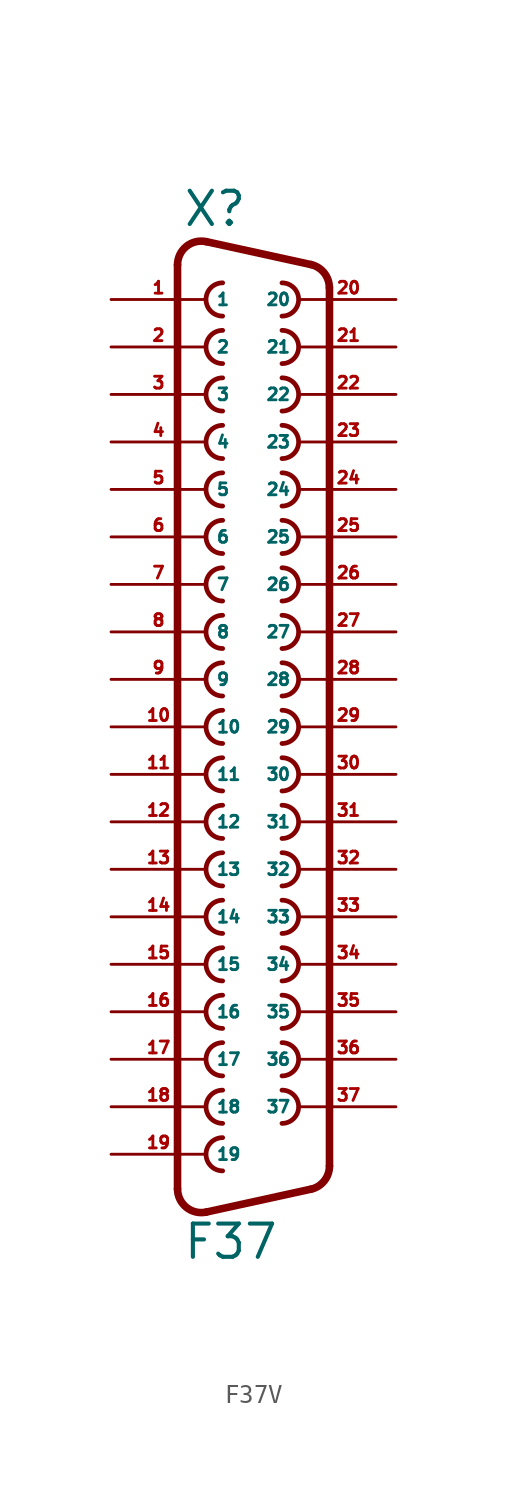
<source format=kicad_sym>
(kicad_symbol_lib
  (version 20220914)
  (generator Eagle2Kicad)
  (symbol "F37V"
    (property "Reference" "X"
      (at -3.81 26.67 0)
      (effects (font (size 1.778 1.778) (thickness 0.22)) (justify left bottom)))
    (property "Value" "F37"
      (at -3.81 -28.575 0)
      (effects (font (size 1.778 1.778) (thickness 0.22)) (justify left bottom)))
    (arc
      (start -1.651 23.749)
      (mid -2.540 22.860)
      (end -1.651 21.971)
      (stroke (width 0.254) (type default))
      (fill (type none)))
    (arc
      (start 1.524 21.971)
      (mid 2.413 22.860)
      (end 1.524 23.749)
      (stroke (width 0.254) (type default))
      (fill (type none)))
    (arc
      (start -1.651 21.209)
      (mid -2.540 20.320)
      (end -1.651 19.431)
      (stroke (width 0.254) (type default))
      (fill (type none)))
    (arc
      (start 1.524 19.431)
      (mid 2.413 20.320)
      (end 1.524 21.209)
      (stroke (width 0.254) (type default))
      (fill (type none)))
    (arc
      (start -1.651 18.669)
      (mid -2.540 17.780)
      (end -1.651 16.891)
      (stroke (width 0.254) (type default))
      (fill (type none)))
    (arc
      (start 1.524 16.891)
      (mid 2.413 17.780)
      (end 1.524 18.669)
      (stroke (width 0.254) (type default))
      (fill (type none)))
    (arc
      (start -1.651 16.129)
      (mid -2.540 15.240)
      (end -1.651 14.351)
      (stroke (width 0.254) (type default))
      (fill (type none)))
    (arc
      (start 1.524 14.351)
      (mid 2.413 15.240)
      (end 1.524 16.129)
      (stroke (width 0.254) (type default))
      (fill (type none)))
    (arc
      (start -1.651 13.589)
      (mid -2.540 12.700)
      (end -1.651 11.811)
      (stroke (width 0.254) (type default))
      (fill (type none)))
    (arc
      (start 1.524 11.811)
      (mid 2.413 12.700)
      (end 1.524 13.589)
      (stroke (width 0.254) (type default))
      (fill (type none)))
    (arc
      (start -1.651 11.049)
      (mid -2.540 10.160)
      (end -1.651 9.271)
      (stroke (width 0.254) (type default))
      (fill (type none)))
    (arc
      (start 1.524 9.271)
      (mid 2.413 10.160)
      (end 1.524 11.049)
      (stroke (width 0.254) (type default))
      (fill (type none)))
    (arc
      (start -1.651 8.509)
      (mid -2.540 7.620)
      (end -1.651 6.731)
      (stroke (width 0.254) (type default))
      (fill (type none)))
    (arc
      (start 1.524 6.731)
      (mid 2.413 7.620)
      (end 1.524 8.509)
      (stroke (width 0.254) (type default))
      (fill (type none)))
    (arc
      (start -1.651 5.969)
      (mid -2.540 5.080)
      (end -1.651 4.191)
      (stroke (width 0.254) (type default))
      (fill (type none)))
    (arc
      (start 1.524 4.191)
      (mid 2.413 5.080)
      (end 1.524 5.969)
      (stroke (width 0.254) (type default))
      (fill (type none)))
    (arc
      (start -1.651 3.429)
      (mid -2.540 2.540)
      (end -1.651 1.651)
      (stroke (width 0.254) (type default))
      (fill (type none)))
    (arc
      (start 1.524 1.651)
      (mid 2.413 2.540)
      (end 1.524 3.429)
      (stroke (width 0.254) (type default))
      (fill (type none)))
    (arc
      (start -1.651 0.889)
      (mid -2.540 0.000)
      (end -1.651 -0.889)
      (stroke (width 0.254) (type default))
      (fill (type none)))
    (arc
      (start 1.524 -0.889)
      (mid 2.413 0.000)
      (end 1.524 0.889)
      (stroke (width 0.254) (type default))
      (fill (type none)))
    (arc
      (start -1.651 -1.651)
      (mid -2.540 -2.540)
      (end -1.651 -3.429)
      (stroke (width 0.254) (type default))
      (fill (type none)))
    (arc
      (start 1.524 -3.429)
      (mid 2.413 -2.540)
      (end 1.524 -1.651)
      (stroke (width 0.254) (type default))
      (fill (type none)))
    (arc
      (start -1.651 -4.191)
      (mid -2.540 -5.080)
      (end -1.651 -5.969)
      (stroke (width 0.254) (type default))
      (fill (type none)))
    (arc
      (start 1.524 -5.969)
      (mid 2.413 -5.080)
      (end 1.524 -4.191)
      (stroke (width 0.254) (type default))
      (fill (type none)))
    (arc
      (start -1.651 -6.731)
      (mid -2.540 -7.620)
      (end -1.651 -8.509)
      (stroke (width 0.254) (type default))
      (fill (type none)))
    (arc
      (start 1.524 -8.509)
      (mid 2.413 -7.620)
      (end 1.524 -6.731)
      (stroke (width 0.254) (type default))
      (fill (type none)))
    (arc
      (start -1.651 -9.271)
      (mid -2.540 -10.160)
      (end -1.651 -11.049)
      (stroke (width 0.254) (type default))
      (fill (type none)))
    (arc
      (start 1.524 -11.049)
      (mid 2.413 -10.160)
      (end 1.524 -9.271)
      (stroke (width 0.254) (type default))
      (fill (type none)))
    (arc
      (start -1.651 -11.811)
      (mid -2.540 -12.700)
      (end -1.651 -13.589)
      (stroke (width 0.254) (type default))
      (fill (type none)))
    (arc
      (start 1.524 -13.589)
      (mid 2.413 -12.700)
      (end 1.524 -11.811)
      (stroke (width 0.254) (type default))
      (fill (type none)))
    (arc
      (start -1.651 -14.351)
      (mid -2.540 -15.240)
      (end -1.651 -16.129)
      (stroke (width 0.254) (type default))
      (fill (type none)))
    (arc
      (start 1.524 -16.129)
      (mid 2.413 -15.240)
      (end 1.524 -14.351)
      (stroke (width 0.254) (type default))
      (fill (type none)))
    (arc
      (start -1.651 -16.891)
      (mid -2.540 -17.780)
      (end -1.651 -18.669)
      (stroke (width 0.254) (type default))
      (fill (type none)))
    (arc
      (start 1.524 -18.669)
      (mid 2.413 -17.780)
      (end 1.524 -16.891)
      (stroke (width 0.254) (type default))
      (fill (type none)))
    (arc
      (start -1.651 -19.431)
      (mid -2.540 -20.320)
      (end -1.651 -21.209)
      (stroke (width 0.254) (type default))
      (fill (type none)))
    (arc
      (start 1.524 -21.209)
      (mid 2.413 -20.320)
      (end 1.524 -19.431)
      (stroke (width 0.254) (type default))
      (fill (type none)))
    (arc
      (start -1.651 -21.971)
      (mid -2.540 -22.860)
      (end -1.651 -23.749)
      (stroke (width 0.254) (type default))
      (fill (type none)))
    (arc
      (start -2.5226 25.952)
      (mid -3.590 25.701)
      (end -4.064 24.7112)
      (stroke (width 0.4064) (type default))
      (fill (type none)))
    (polyline
      (pts (xy -2.523 25.952) (xy 3.065 24.729))
      (stroke (width 0.406) (type default))
      (fill (type none)))
    (arc
      (start 4.0642 23.4888)
      (mid 3.783 24.285)
      (end 3.0654 24.7295)
      (stroke (width 0.4064) (type default))
      (fill (type none)))
    (polyline
      (pts (xy 4.064 -23.489) (xy 4.064 23.489))
      (stroke (width 0.406) (type default))
      (fill (type none)))
    (arc
      (start 3.0654 -24.7294)
      (mid 3.783 -24.285)
      (end 4.064 -23.4888)
      (stroke (width 0.4064) (type default))
      (fill (type none)))
    (polyline
      (pts (xy -4.064 -24.711) (xy -4.064 24.711))
      (stroke (width 0.406) (type default))
      (fill (type none)))
    (polyline
      (pts (xy -2.523 -25.952) (xy 3.065 -24.729))
      (stroke (width 0.406) (type default))
      (fill (type none)))
    (arc
      (start -4.064 -24.7112)
      (mid -3.590 -25.701)
      (end -2.5226 -25.9519)
      (stroke (width 0.4064) (type default))
      (fill (type none)))
    (pin passive line
      (at -7.62 22.86 0)
      (length 5.08)
      (name "1" (effects (font (size 0.635 0.635) (thickness 0.08)) (justify left bottom)))
      (number "1" (effects (font (size 0.635 0.635) (thickness 0.08)) (justify left bottom))))
    (pin passive line
      (at 7.62 22.86 180)
      (length 5.08)
      (name "20" (effects (font (size 0.635 0.635) (thickness 0.08)) (justify left bottom)))
      (number "20" (effects (font (size 0.635 0.635) (thickness 0.08)) (justify left bottom))))
    (pin passive line
      (at -7.62 20.32 0)
      (length 5.08)
      (name "2" (effects (font (size 0.635 0.635) (thickness 0.08)) (justify left bottom)))
      (number "2" (effects (font (size 0.635 0.635) (thickness 0.08)) (justify left bottom))))
    (pin passive line
      (at 7.62 20.32 180)
      (length 5.08)
      (name "21" (effects (font (size 0.635 0.635) (thickness 0.08)) (justify left bottom)))
      (number "21" (effects (font (size 0.635 0.635) (thickness 0.08)) (justify left bottom))))
    (pin passive line
      (at -7.62 17.78 0)
      (length 5.08)
      (name "3" (effects (font (size 0.635 0.635) (thickness 0.08)) (justify left bottom)))
      (number "3" (effects (font (size 0.635 0.635) (thickness 0.08)) (justify left bottom))))
    (pin passive line
      (at 7.62 17.78 180)
      (length 5.08)
      (name "22" (effects (font (size 0.635 0.635) (thickness 0.08)) (justify left bottom)))
      (number "22" (effects (font (size 0.635 0.635) (thickness 0.08)) (justify left bottom))))
    (pin passive line
      (at -7.62 15.24 0)
      (length 5.08)
      (name "4" (effects (font (size 0.635 0.635) (thickness 0.08)) (justify left bottom)))
      (number "4" (effects (font (size 0.635 0.635) (thickness 0.08)) (justify left bottom))))
    (pin passive line
      (at 7.62 15.24 180)
      (length 5.08)
      (name "23" (effects (font (size 0.635 0.635) (thickness 0.08)) (justify left bottom)))
      (number "23" (effects (font (size 0.635 0.635) (thickness 0.08)) (justify left bottom))))
    (pin passive line
      (at -7.62 12.7 0)
      (length 5.08)
      (name "5" (effects (font (size 0.635 0.635) (thickness 0.08)) (justify left bottom)))
      (number "5" (effects (font (size 0.635 0.635) (thickness 0.08)) (justify left bottom))))
    (pin passive line
      (at 7.62 12.7 180)
      (length 5.08)
      (name "24" (effects (font (size 0.635 0.635) (thickness 0.08)) (justify left bottom)))
      (number "24" (effects (font (size 0.635 0.635) (thickness 0.08)) (justify left bottom))))
    (pin passive line
      (at -7.62 10.16 0)
      (length 5.08)
      (name "6" (effects (font (size 0.635 0.635) (thickness 0.08)) (justify left bottom)))
      (number "6" (effects (font (size 0.635 0.635) (thickness 0.08)) (justify left bottom))))
    (pin passive line
      (at 7.62 10.16 180)
      (length 5.08)
      (name "25" (effects (font (size 0.635 0.635) (thickness 0.08)) (justify left bottom)))
      (number "25" (effects (font (size 0.635 0.635) (thickness 0.08)) (justify left bottom))))
    (pin passive line
      (at -7.62 7.62 0)
      (length 5.08)
      (name "7" (effects (font (size 0.635 0.635) (thickness 0.08)) (justify left bottom)))
      (number "7" (effects (font (size 0.635 0.635) (thickness 0.08)) (justify left bottom))))
    (pin passive line
      (at 7.62 7.62 180)
      (length 5.08)
      (name "26" (effects (font (size 0.635 0.635) (thickness 0.08)) (justify left bottom)))
      (number "26" (effects (font (size 0.635 0.635) (thickness 0.08)) (justify left bottom))))
    (pin passive line
      (at -7.62 5.08 0)
      (length 5.08)
      (name "8" (effects (font (size 0.635 0.635) (thickness 0.08)) (justify left bottom)))
      (number "8" (effects (font (size 0.635 0.635) (thickness 0.08)) (justify left bottom))))
    (pin passive line
      (at 7.62 5.08 180)
      (length 5.08)
      (name "27" (effects (font (size 0.635 0.635) (thickness 0.08)) (justify left bottom)))
      (number "27" (effects (font (size 0.635 0.635) (thickness 0.08)) (justify left bottom))))
    (pin passive line
      (at -7.62 2.54 0)
      (length 5.08)
      (name "9" (effects (font (size 0.635 0.635) (thickness 0.08)) (justify left bottom)))
      (number "9" (effects (font (size 0.635 0.635) (thickness 0.08)) (justify left bottom))))
    (pin passive line
      (at 7.62 2.54 180)
      (length 5.08)
      (name "28" (effects (font (size 0.635 0.635) (thickness 0.08)) (justify left bottom)))
      (number "28" (effects (font (size 0.635 0.635) (thickness 0.08)) (justify left bottom))))
    (pin passive line
      (at -7.62 0 0)
      (length 5.08)
      (name "10" (effects (font (size 0.635 0.635) (thickness 0.08)) (justify left bottom)))
      (number "10" (effects (font (size 0.635 0.635) (thickness 0.08)) (justify left bottom))))
    (pin passive line
      (at 7.62 0 180)
      (length 5.08)
      (name "29" (effects (font (size 0.635 0.635) (thickness 0.08)) (justify left bottom)))
      (number "29" (effects (font (size 0.635 0.635) (thickness 0.08)) (justify left bottom))))
    (pin passive line
      (at -7.62 -2.54 0)
      (length 5.08)
      (name "11" (effects (font (size 0.635 0.635) (thickness 0.08)) (justify left bottom)))
      (number "11" (effects (font (size 0.635 0.635) (thickness 0.08)) (justify left bottom))))
    (pin passive line
      (at 7.62 -2.54 180)
      (length 5.08)
      (name "30" (effects (font (size 0.635 0.635) (thickness 0.08)) (justify left bottom)))
      (number "30" (effects (font (size 0.635 0.635) (thickness 0.08)) (justify left bottom))))
    (pin passive line
      (at -7.62 -5.08 0)
      (length 5.08)
      (name "12" (effects (font (size 0.635 0.635) (thickness 0.08)) (justify left bottom)))
      (number "12" (effects (font (size 0.635 0.635) (thickness 0.08)) (justify left bottom))))
    (pin passive line
      (at 7.62 -5.08 180)
      (length 5.08)
      (name "31" (effects (font (size 0.635 0.635) (thickness 0.08)) (justify left bottom)))
      (number "31" (effects (font (size 0.635 0.635) (thickness 0.08)) (justify left bottom))))
    (pin passive line
      (at -7.62 -7.62 0)
      (length 5.08)
      (name "13" (effects (font (size 0.635 0.635) (thickness 0.08)) (justify left bottom)))
      (number "13" (effects (font (size 0.635 0.635) (thickness 0.08)) (justify left bottom))))
    (pin passive line
      (at 7.62 -7.62 180)
      (length 5.08)
      (name "32" (effects (font (size 0.635 0.635) (thickness 0.08)) (justify left bottom)))
      (number "32" (effects (font (size 0.635 0.635) (thickness 0.08)) (justify left bottom))))
    (pin passive line
      (at -7.62 -10.16 0)
      (length 5.08)
      (name "14" (effects (font (size 0.635 0.635) (thickness 0.08)) (justify left bottom)))
      (number "14" (effects (font (size 0.635 0.635) (thickness 0.08)) (justify left bottom))))
    (pin passive line
      (at 7.62 -10.16 180)
      (length 5.08)
      (name "33" (effects (font (size 0.635 0.635) (thickness 0.08)) (justify left bottom)))
      (number "33" (effects (font (size 0.635 0.635) (thickness 0.08)) (justify left bottom))))
    (pin passive line
      (at -7.62 -12.7 0)
      (length 5.08)
      (name "15" (effects (font (size 0.635 0.635) (thickness 0.08)) (justify left bottom)))
      (number "15" (effects (font (size 0.635 0.635) (thickness 0.08)) (justify left bottom))))
    (pin passive line
      (at 7.62 -12.7 180)
      (length 5.08)
      (name "34" (effects (font (size 0.635 0.635) (thickness 0.08)) (justify left bottom)))
      (number "34" (effects (font (size 0.635 0.635) (thickness 0.08)) (justify left bottom))))
    (pin passive line
      (at -7.62 -15.24 0)
      (length 5.08)
      (name "16" (effects (font (size 0.635 0.635) (thickness 0.08)) (justify left bottom)))
      (number "16" (effects (font (size 0.635 0.635) (thickness 0.08)) (justify left bottom))))
    (pin passive line
      (at 7.62 -15.24 180)
      (length 5.08)
      (name "35" (effects (font (size 0.635 0.635) (thickness 0.08)) (justify left bottom)))
      (number "35" (effects (font (size 0.635 0.635) (thickness 0.08)) (justify left bottom))))
    (pin passive line
      (at -7.62 -17.78 0)
      (length 5.08)
      (name "17" (effects (font (size 0.635 0.635) (thickness 0.08)) (justify left bottom)))
      (number "17" (effects (font (size 0.635 0.635) (thickness 0.08)) (justify left bottom))))
    (pin passive line
      (at 7.62 -17.78 180)
      (length 5.08)
      (name "36" (effects (font (size 0.635 0.635) (thickness 0.08)) (justify left bottom)))
      (number "36" (effects (font (size 0.635 0.635) (thickness 0.08)) (justify left bottom))))
    (pin passive line
      (at -7.62 -20.32 0)
      (length 5.08)
      (name "18" (effects (font (size 0.635 0.635) (thickness 0.08)) (justify left bottom)))
      (number "18" (effects (font (size 0.635 0.635) (thickness 0.08)) (justify left bottom))))
    (pin passive line
      (at 7.62 -20.32 180)
      (length 5.08)
      (name "37" (effects (font (size 0.635 0.635) (thickness 0.08)) (justify left bottom)))
      (number "37" (effects (font (size 0.635 0.635) (thickness 0.08)) (justify left bottom))))
    (pin passive line
      (at -7.62 -22.86 0)
      (length 5.08)
      (name "19" (effects (font (size 0.635 0.635) (thickness 0.08)) (justify left bottom)))
      (number "19" (effects (font (size 0.635 0.635) (thickness 0.08)) (justify left bottom))))))
</source>
